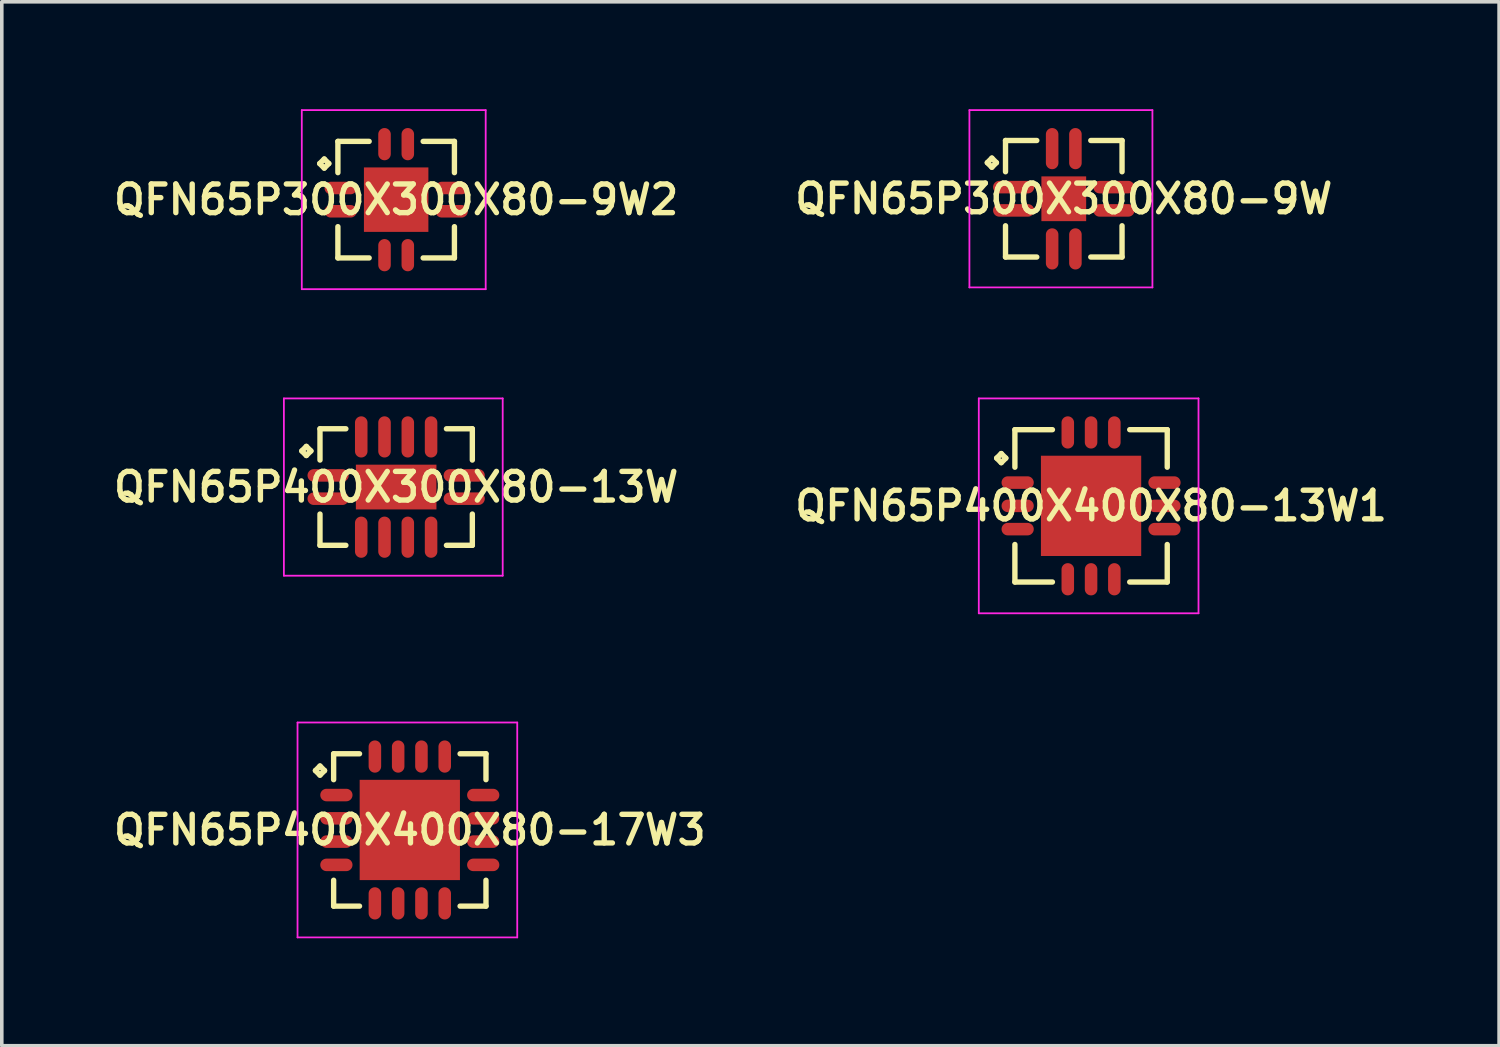
<source format=kicad_pcb>
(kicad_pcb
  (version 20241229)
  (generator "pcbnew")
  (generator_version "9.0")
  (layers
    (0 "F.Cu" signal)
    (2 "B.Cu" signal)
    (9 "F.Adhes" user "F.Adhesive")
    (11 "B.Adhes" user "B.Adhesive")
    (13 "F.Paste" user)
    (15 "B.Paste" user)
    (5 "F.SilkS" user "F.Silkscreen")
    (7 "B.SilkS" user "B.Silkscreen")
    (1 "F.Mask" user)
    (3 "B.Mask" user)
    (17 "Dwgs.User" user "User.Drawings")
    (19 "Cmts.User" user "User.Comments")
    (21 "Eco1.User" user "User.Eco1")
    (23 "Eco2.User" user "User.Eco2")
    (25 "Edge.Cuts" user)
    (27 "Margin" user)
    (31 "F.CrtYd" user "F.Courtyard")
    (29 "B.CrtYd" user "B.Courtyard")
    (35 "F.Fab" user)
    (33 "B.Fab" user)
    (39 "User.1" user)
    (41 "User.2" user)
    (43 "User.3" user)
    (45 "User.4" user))
  (footprint "QFN65P400X400X80-13W1"
    (layer "F.Cu")
    (at 27.416 11.075)
    (property "Reference" "QFN65P400X400X80-13W1" (at 0 0 0) (layer "F.SilkS") (effects (font (size 0.8 0.8) (thickness 0.15))))
    (attr smd)
    (fp_line (start -2.635 -1.333) (end -2.508 -1.46) (stroke (width 0.15) (type solid)) (layer "F.SilkS"))
    (fp_line (start -2.508 -1.46) (end -2.381 -1.333) (stroke (width 0.15) (type solid)) (layer "F.SilkS"))
    (fp_line (start -2.508 -1.206) (end -2.635 -1.333) (stroke (width 0.15) (type solid)) (layer "F.SilkS"))
    (fp_line (start -2.381 -1.333) (end -2.508 -1.206) (stroke (width 0.15) (type solid)) (layer "F.SilkS"))
    (fp_line (start -2.127 -2.127) (end -1.079 -2.127) (stroke (width 0.15) (type solid)) (layer "F.SilkS"))
    (fp_line (start -2.127 -1.079) (end -2.127 -2.127) (stroke (width 0.15) (type solid)) (layer "F.SilkS"))
    (fp_line (start -2.127 1.079) (end -2.127 2.127) (stroke (width 0.15) (type solid)) (layer "F.SilkS"))
    (fp_line (start -2.127 2.127) (end -1.079 2.127) (stroke (width 0.15) (type solid)) (layer "F.SilkS"))
    (fp_line (start 1.079 -2.127) (end 2.127 -2.127) (stroke (width 0.15) (type solid)) (layer "F.SilkS"))
    (fp_line (start 1.079 2.127) (end 2.127 2.127) (stroke (width 0.15) (type solid)) (layer "F.SilkS"))
    (fp_line (start 2.127 -2.127) (end 2.127 -1.079) (stroke (width 0.15) (type solid)) (layer "F.SilkS"))
    (fp_line (start 2.127 2.127) (end 2.127 1.079) (stroke (width 0.15) (type solid)) (layer "F.SilkS"))
    (fp_line (start -3.135 -3) (end 3 -3) (stroke (width 0.05) (type solid)) (layer "F.CrtYd"))
    (fp_line (start -3.135 3) (end -3.135 -3) (stroke (width 0.05) (type solid)) (layer "F.CrtYd"))
    (fp_line (start 3 -3) (end 3 3) (stroke (width 0.05) (type solid)) (layer "F.CrtYd"))
    (fp_line (start 3 3) (end -3.135 3) (stroke (width 0.05) (type solid)) (layer "F.CrtYd"))
    (pad "1" smd oval (at -2.05 -0.65) (size 0.9 0.35) (layers "F.Cu" "F.Mask" "F.Paste"))
    (pad "2" smd oval (at -2.05 0) (size 0.9 0.35) (layers "F.Cu" "F.Mask" "F.Paste"))
    (pad "3" smd oval (at -2.05 0.65) (size 0.9 0.35) (layers "F.Cu" "F.Mask" "F.Paste"))
    (pad "4" smd oval (at -0.65 2.05) (size 0.35 0.9) (layers "F.Cu" "F.Mask" "F.Paste"))
    (pad "5" smd oval (at 0 2.05) (size 0.35 0.9) (layers "F.Cu" "F.Mask" "F.Paste"))
    (pad "6" smd oval (at 0.65 2.05) (size 0.35 0.9) (layers "F.Cu" "F.Mask" "F.Paste"))
    (pad "7" smd oval (at 2.05 0.65) (size 0.9 0.35) (layers "F.Cu" "F.Mask" "F.Paste"))
    (pad "8" smd oval (at 2.05 0) (size 0.9 0.35) (layers "F.Cu" "F.Mask" "F.Paste"))
    (pad "9" smd oval (at 2.05 -0.65) (size 0.9 0.35) (layers "F.Cu" "F.Mask" "F.Paste"))
    (pad "10" smd oval (at 0.65 -2.05) (size 0.35 0.9) (layers "F.Cu" "F.Mask" "F.Paste"))
    (pad "11" smd oval (at 0 -2.05) (size 0.35 0.9) (layers "F.Cu" "F.Mask" "F.Paste"))
    (pad "12" smd oval (at -0.65 -2.05) (size 0.35 0.9) (layers "F.Cu" "F.Mask" "F.Paste"))
    (pad "13" smd rect (at 0 0) (size 2.8 2.8) (layers "F.Cu" "F.Mask" "F.Paste")))
  (footprint "QFN65P400X400X80-17W3"
    (layer "F.Cu")
    (at 8.393 20.125)
    (property "Reference" "QFN65P400X400X80-17W3" (at 0 0 0) (layer "F.SilkS") (effects (font (size 0.8 0.8) (thickness 0.15))))
    (attr smd)
    (fp_line (start -2.635 -1.658) (end -2.508 -1.785) (stroke (width 0.15) (type solid)) (layer "F.SilkS"))
    (fp_line (start -2.508 -1.785) (end -2.381 -1.658) (stroke (width 0.15) (type solid)) (layer "F.SilkS"))
    (fp_line (start -2.508 -1.531) (end -2.635 -1.658) (stroke (width 0.15) (type solid)) (layer "F.SilkS"))
    (fp_line (start -2.381 -1.658) (end -2.508 -1.531) (stroke (width 0.15) (type solid)) (layer "F.SilkS"))
    (fp_line (start -2.127 -2.127) (end -1.404 -2.127) (stroke (width 0.15) (type solid)) (layer "F.SilkS"))
    (fp_line (start -2.127 -1.404) (end -2.127 -2.127) (stroke (width 0.15) (type solid)) (layer "F.SilkS"))
    (fp_line (start -2.127 1.404) (end -2.127 2.127) (stroke (width 0.15) (type solid)) (layer "F.SilkS"))
    (fp_line (start -2.127 2.127) (end -1.404 2.127) (stroke (width 0.15) (type solid)) (layer "F.SilkS"))
    (fp_line (start 1.404 -2.127) (end 2.127 -2.127) (stroke (width 0.15) (type solid)) (layer "F.SilkS"))
    (fp_line (start 1.404 2.127) (end 2.127 2.127) (stroke (width 0.15) (type solid)) (layer "F.SilkS"))
    (fp_line (start 2.127 -2.127) (end 2.127 -1.404) (stroke (width 0.15) (type solid)) (layer "F.SilkS"))
    (fp_line (start 2.127 2.127) (end 2.127 1.404) (stroke (width 0.15) (type solid)) (layer "F.SilkS"))
    (fp_line (start -3.135 -3) (end 3 -3) (stroke (width 0.05) (type solid)) (layer "F.CrtYd"))
    (fp_line (start -3.135 3) (end -3.135 -3) (stroke (width 0.05) (type solid)) (layer "F.CrtYd"))
    (fp_line (start 3 -3) (end 3 3) (stroke (width 0.05) (type solid)) (layer "F.CrtYd"))
    (fp_line (start 3 3) (end -3.135 3) (stroke (width 0.05) (type solid)) (layer "F.CrtYd"))
    (pad "1" smd oval (at -2.05 -0.975) (size 0.9 0.35) (layers "F.Cu" "F.Mask" "F.Paste"))
    (pad "2" smd oval (at -2.05 -0.325) (size 0.9 0.35) (layers "F.Cu" "F.Mask" "F.Paste"))
    (pad "3" smd oval (at -2.05 0.325) (size 0.9 0.35) (layers "F.Cu" "F.Mask" "F.Paste"))
    (pad "4" smd oval (at -2.05 0.975) (size 0.9 0.35) (layers "F.Cu" "F.Mask" "F.Paste"))
    (pad "5" smd oval (at -0.975 2.05) (size 0.35 0.9) (layers "F.Cu" "F.Mask" "F.Paste"))
    (pad "6" smd oval (at -0.325 2.05) (size 0.35 0.9) (layers "F.Cu" "F.Mask" "F.Paste"))
    (pad "7" smd oval (at 0.325 2.05) (size 0.35 0.9) (layers "F.Cu" "F.Mask" "F.Paste"))
    (pad "8" smd oval (at 0.975 2.05) (size 0.35 0.9) (layers "F.Cu" "F.Mask" "F.Paste"))
    (pad "9" smd oval (at 2.05 0.975) (size 0.9 0.35) (layers "F.Cu" "F.Mask" "F.Paste"))
    (pad "10" smd oval (at 2.05 0.325) (size 0.9 0.35) (layers "F.Cu" "F.Mask" "F.Paste"))
    (pad "11" smd oval (at 2.05 -0.325) (size 0.9 0.35) (layers "F.Cu" "F.Mask" "F.Paste"))
    (pad "12" smd oval (at 2.05 -0.975) (size 0.9 0.35) (layers "F.Cu" "F.Mask" "F.Paste"))
    (pad "13" smd oval (at 0.975 -2.05) (size 0.35 0.9) (layers "F.Cu" "F.Mask" "F.Paste"))
    (pad "14" smd oval (at 0.325 -2.05) (size 0.35 0.9) (layers "F.Cu" "F.Mask" "F.Paste"))
    (pad "15" smd oval (at -0.325 -2.05) (size 0.35 0.9) (layers "F.Cu" "F.Mask" "F.Paste"))
    (pad "16" smd oval (at -0.975 -2.05) (size 0.35 0.9) (layers "F.Cu" "F.Mask" "F.Paste"))
    (pad "17" smd rect (at 0 0) (size 2.8 2.8) (layers "F.Cu" "F.Mask" "F.Paste")))
  (footprint "QFN65P400X300X80-13W"
    (layer "F.Cu")
    (at 8.012 10.55)
    (property "Reference" "QFN65P400X300X80-13W" (at 0 0 0) (layer "F.SilkS") (effects (font (size 0.8 0.8) (thickness 0.15))))
    (attr smd)
    (fp_line (start -2.635 -1.008) (end -2.508 -1.135) (stroke (width 0.15) (type solid)) (layer "F.SilkS"))
    (fp_line (start -2.508 -1.135) (end -2.381 -1.008) (stroke (width 0.15) (type solid)) (layer "F.SilkS"))
    (fp_line (start -2.508 -0.881) (end -2.635 -1.008) (stroke (width 0.15) (type solid)) (layer "F.SilkS"))
    (fp_line (start -2.381 -1.008) (end -2.508 -0.881) (stroke (width 0.15) (type solid)) (layer "F.SilkS"))
    (fp_line (start -2.127 -1.627) (end -1.404 -1.627) (stroke (width 0.15) (type solid)) (layer "F.SilkS"))
    (fp_line (start -2.127 -0.754) (end -2.127 -1.627) (stroke (width 0.15) (type solid)) (layer "F.SilkS"))
    (fp_line (start -2.127 0.754) (end -2.127 1.627) (stroke (width 0.15) (type solid)) (layer "F.SilkS"))
    (fp_line (start -2.127 1.627) (end -1.404 1.627) (stroke (width 0.15) (type solid)) (layer "F.SilkS"))
    (fp_line (start 1.404 -1.627) (end 2.127 -1.627) (stroke (width 0.15) (type solid)) (layer "F.SilkS"))
    (fp_line (start 1.404 1.627) (end 2.127 1.627) (stroke (width 0.15) (type solid)) (layer "F.SilkS"))
    (fp_line (start 2.127 -1.627) (end 2.127 -0.754) (stroke (width 0.15) (type solid)) (layer "F.SilkS"))
    (fp_line (start 2.127 1.627) (end 2.127 0.754) (stroke (width 0.15) (type solid)) (layer "F.SilkS"))
    (fp_line (start -3.135 -2.475) (end 2.975 -2.475) (stroke (width 0.05) (type solid)) (layer "F.CrtYd"))
    (fp_line (start -3.135 2.475) (end -3.135 -2.475) (stroke (width 0.05) (type solid)) (layer "F.CrtYd"))
    (fp_line (start 2.975 -2.475) (end 2.975 2.475) (stroke (width 0.05) (type solid)) (layer "F.CrtYd"))
    (fp_line (start 2.975 2.475) (end -3.135 2.475) (stroke (width 0.05) (type solid)) (layer "F.CrtYd"))
    (pad "1" smd oval (at -1.9 -0.325) (size 1.15 0.35) (layers "F.Cu" "F.Mask" "F.Paste"))
    (pad "2" smd oval (at -1.9 0.325) (size 1.15 0.35) (layers "F.Cu" "F.Mask" "F.Paste"))
    (pad "3" smd oval (at -0.975 1.4) (size 0.35 1.15) (layers "F.Cu" "F.Mask" "F.Paste"))
    (pad "4" smd oval (at -0.325 1.4) (size 0.35 1.15) (layers "F.Cu" "F.Mask" "F.Paste"))
    (pad "5" smd oval (at 0.325 1.4) (size 0.35 1.15) (layers "F.Cu" "F.Mask" "F.Paste"))
    (pad "6" smd oval (at 0.975 1.4) (size 0.35 1.15) (layers "F.Cu" "F.Mask" "F.Paste"))
    (pad "7" smd oval (at 1.9 0.325) (size 1.15 0.35) (layers "F.Cu" "F.Mask" "F.Paste"))
    (pad "8" smd oval (at 1.9 -0.325) (size 1.15 0.35) (layers "F.Cu" "F.Mask" "F.Paste"))
    (pad "9" smd oval (at 0.975 -1.4) (size 0.35 1.15) (layers "F.Cu" "F.Mask" "F.Paste"))
    (pad "10" smd oval (at 0.325 -1.4) (size 0.35 1.15) (layers "F.Cu" "F.Mask" "F.Paste"))
    (pad "11" smd oval (at -0.325 -1.4) (size 0.35 1.15) (layers "F.Cu" "F.Mask" "F.Paste"))
    (pad "12" smd oval (at -0.975 -1.4) (size 0.35 1.15) (layers "F.Cu" "F.Mask" "F.Paste"))
    (pad "13" smd rect (at 0 0) (size 2.25 1.25) (layers "F.Cu" "F.Mask" "F.Paste")))
  (footprint "QFN65P300X300X80-9W"
    (layer "F.Cu")
    (at 26.654 2.5)
    (property "Reference" "QFN65P300X300X80-9W" (at 0 0 0) (layer "F.SilkS") (effects (font (size 0.8 0.8) (thickness 0.15))))
    (attr smd)
    (fp_line (start -2.135 -1.008) (end -2.008 -1.135) (stroke (width 0.15) (type solid)) (layer "F.SilkS"))
    (fp_line (start -2.008 -1.135) (end -1.881 -1.008) (stroke (width 0.15) (type solid)) (layer "F.SilkS"))
    (fp_line (start -2.008 -0.881) (end -2.135 -1.008) (stroke (width 0.15) (type solid)) (layer "F.SilkS"))
    (fp_line (start -1.881 -1.008) (end -2.008 -0.881) (stroke (width 0.15) (type solid)) (layer "F.SilkS"))
    (fp_line (start -1.627 -1.627) (end -0.754 -1.627) (stroke (width 0.15) (type solid)) (layer "F.SilkS"))
    (fp_line (start -1.627 -0.754) (end -1.627 -1.627) (stroke (width 0.15) (type solid)) (layer "F.SilkS"))
    (fp_line (start -1.627 0.754) (end -1.627 1.627) (stroke (width 0.15) (type solid)) (layer "F.SilkS"))
    (fp_line (start -1.627 1.627) (end -0.754 1.627) (stroke (width 0.15) (type solid)) (layer "F.SilkS"))
    (fp_line (start 0.754 -1.627) (end 1.627 -1.627) (stroke (width 0.15) (type solid)) (layer "F.SilkS"))
    (fp_line (start 0.754 1.627) (end 1.627 1.627) (stroke (width 0.15) (type solid)) (layer "F.SilkS"))
    (fp_line (start 1.627 -1.627) (end 1.627 -0.754) (stroke (width 0.15) (type solid)) (layer "F.SilkS"))
    (fp_line (start 1.627 1.627) (end 1.627 0.754) (stroke (width 0.15) (type solid)) (layer "F.SilkS"))
    (fp_line (start -2.635 -2.475) (end 2.475 -2.475) (stroke (width 0.05) (type solid)) (layer "F.CrtYd"))
    (fp_line (start -2.635 2.475) (end -2.635 -2.475) (stroke (width 0.05) (type solid)) (layer "F.CrtYd"))
    (fp_line (start 2.475 -2.475) (end 2.475 2.475) (stroke (width 0.05) (type solid)) (layer "F.CrtYd"))
    (fp_line (start 2.475 2.475) (end -2.635 2.475) (stroke (width 0.05) (type solid)) (layer "F.CrtYd"))
    (pad "1" smd oval (at -1.4 -0.325) (size 1.15 0.35) (layers "F.Cu" "F.Mask" "F.Paste"))
    (pad "2" smd oval (at -1.4 0.325) (size 1.15 0.35) (layers "F.Cu" "F.Mask" "F.Paste"))
    (pad "3" smd oval (at -0.325 1.4) (size 0.35 1.15) (layers "F.Cu" "F.Mask" "F.Paste"))
    (pad "4" smd oval (at 0.325 1.4) (size 0.35 1.15) (layers "F.Cu" "F.Mask" "F.Paste"))
    (pad "5" smd oval (at 1.4 0.325) (size 1.15 0.35) (layers "F.Cu" "F.Mask" "F.Paste"))
    (pad "6" smd oval (at 1.4 -0.325) (size 1.15 0.35) (layers "F.Cu" "F.Mask" "F.Paste"))
    (pad "7" smd oval (at 0.325 -1.4) (size 0.35 1.15) (layers "F.Cu" "F.Mask" "F.Paste"))
    (pad "8" smd oval (at -0.325 -1.4) (size 0.35 1.15) (layers "F.Cu" "F.Mask" "F.Paste"))
    (pad "9" smd rect (at 0 0) (size 1.25 1.25) (layers "F.Cu" "F.Mask" "F.Paste")))
  (footprint "QFN65P300X300X80-9W2"
    (layer "F.Cu")
    (at 8.012 2.525)
    (property "Reference" "QFN65P300X300X80-9W2" (at 0 0 0) (layer "F.SilkS") (effects (font (size 0.8 0.8) (thickness 0.15))))
    (attr smd)
    (fp_line (start -2.135 -1.008) (end -2.008 -1.135) (stroke (width 0.15) (type solid)) (layer "F.SilkS"))
    (fp_line (start -2.008 -1.135) (end -1.881 -1.008) (stroke (width 0.15) (type solid)) (layer "F.SilkS"))
    (fp_line (start -2.008 -0.881) (end -2.135 -1.008) (stroke (width 0.15) (type solid)) (layer "F.SilkS"))
    (fp_line (start -1.881 -1.008) (end -2.008 -0.881) (stroke (width 0.15) (type solid)) (layer "F.SilkS"))
    (fp_line (start -1.627 -1.627) (end -0.754 -1.627) (stroke (width 0.15) (type solid)) (layer "F.SilkS"))
    (fp_line (start -1.627 -0.754) (end -1.627 -1.627) (stroke (width 0.15) (type solid)) (layer "F.SilkS"))
    (fp_line (start -1.627 0.754) (end -1.627 1.627) (stroke (width 0.15) (type solid)) (layer "F.SilkS"))
    (fp_line (start -1.627 1.627) (end -0.754 1.627) (stroke (width 0.15) (type solid)) (layer "F.SilkS"))
    (fp_line (start 0.754 -1.627) (end 1.627 -1.627) (stroke (width 0.15) (type solid)) (layer "F.SilkS"))
    (fp_line (start 0.754 1.627) (end 1.627 1.627) (stroke (width 0.15) (type solid)) (layer "F.SilkS"))
    (fp_line (start 1.627 -1.627) (end 1.627 -0.754) (stroke (width 0.15) (type solid)) (layer "F.SilkS"))
    (fp_line (start 1.627 1.627) (end 1.627 0.754) (stroke (width 0.15) (type solid)) (layer "F.SilkS"))
    (fp_line (start -2.635 -2.5) (end 2.5 -2.5) (stroke (width 0.05) (type solid)) (layer "F.CrtYd"))
    (fp_line (start -2.635 2.5) (end -2.635 -2.5) (stroke (width 0.05) (type solid)) (layer "F.CrtYd"))
    (fp_line (start 2.5 -2.5) (end 2.5 2.5) (stroke (width 0.05) (type solid)) (layer "F.CrtYd"))
    (fp_line (start 2.5 2.5) (end -2.635 2.5) (stroke (width 0.05) (type solid)) (layer "F.CrtYd"))
    (pad "1" smd oval (at -1.55 -0.325) (size 0.9 0.35) (layers "F.Cu" "F.Mask" "F.Paste"))
    (pad "2" smd oval (at -1.55 0.325) (size 0.9 0.35) (layers "F.Cu" "F.Mask" "F.Paste"))
    (pad "3" smd oval (at -0.325 1.55) (size 0.35 0.9) (layers "F.Cu" "F.Mask" "F.Paste"))
    (pad "4" smd oval (at 0.325 1.55) (size 0.35 0.9) (layers "F.Cu" "F.Mask" "F.Paste"))
    (pad "5" smd oval (at 1.55 0.325) (size 0.9 0.35) (layers "F.Cu" "F.Mask" "F.Paste"))
    (pad "6" smd oval (at 1.55 -0.325) (size 0.9 0.35) (layers "F.Cu" "F.Mask" "F.Paste"))
    (pad "7" smd oval (at 0.325 -1.55) (size 0.35 0.9) (layers "F.Cu" "F.Mask" "F.Paste"))
    (pad "8" smd oval (at -0.325 -1.55) (size 0.35 0.9) (layers "F.Cu" "F.Mask" "F.Paste"))
    (pad "9" smd rect (at 0 0) (size 1.8 1.8) (layers "F.Cu" "F.Mask" "F.Paste")))
  (gr_rect
    (start -3 -3)
    (end 38.809 26.15)
    (stroke (width 0.1) (type default))
    (fill no)
    (layer "Edge.Cuts")))
</source>
